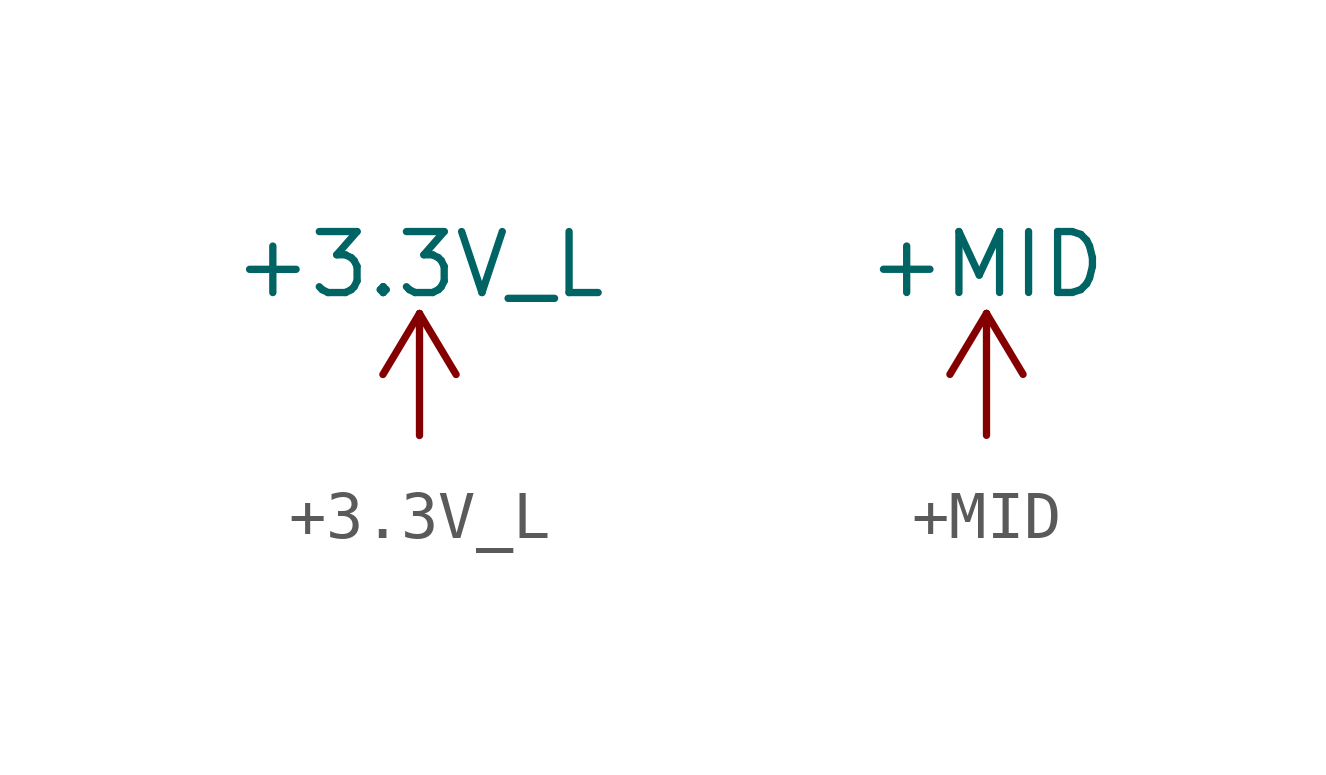
<source format=kicad_sym>
(kicad_symbol_lib
  (version 20220914)
  (generator kicad_symbol_editor)
  (symbol "+3.3V_L"
    (power)
    (pin_names
      (offset 0))
    (property "Reference" "#PWR"
      (at 0 -3.81 0)
      (effects (font (size 1.27 1.27)) hide))
    (property "Value" "+3.3V_L"
      (at 0 3.556 0)
      (effects (font (size 1.27 1.27))))
    (symbol "+3.3V_L_0_1"
      (polyline (pts (xy -0.762 1.27) (xy 0 2.54)) (stroke (width 0) (type default)) (fill (type none)))
      (polyline (pts (xy 0 0) (xy 0 2.54)) (stroke (width 0) (type default)) (fill (type none)))
      (polyline (pts (xy 0 2.54) (xy 0.762 1.27)) (stroke (width 0) (type default)) (fill (type none))))
    (symbol "+3.3V_L_1_1"
      (pin power_in line (at 0 0 90) (length 0) hide (name "+3.3V_L" (effects (font (size 1.27 1.27)))) (number "1" (effects (font (size 1.27 1.27)))))))
  (symbol "+MID"
    (power)
    (pin_names
      (offset 0))
    (property "Reference" "#PWR"
      (at 0 -3.81 0)
      (effects (font (size 1.27 1.27)) hide))
    (property "Value" "+MID"
      (at 0 3.556 0)
      (effects (font (size 1.27 1.27))))
    (symbol "+MID_0_1"
      (polyline (pts (xy -0.762 1.27) (xy 0 2.54)) (stroke (width 0) (type default)) (fill (type none)))
      (polyline (pts (xy 0 0) (xy 0 2.54)) (stroke (width 0) (type default)) (fill (type none)))
      (polyline (pts (xy 0 2.54) (xy 0.762 1.27)) (stroke (width 0) (type default)) (fill (type none))))
    (symbol "+MID_1_1"
      (pin power_in line (at 0 0 90) (length 0) hide (name "+MID" (effects (font (size 1.27 1.27)))) (number "1" (effects (font (size 1.27 1.27))))))))
</source>
